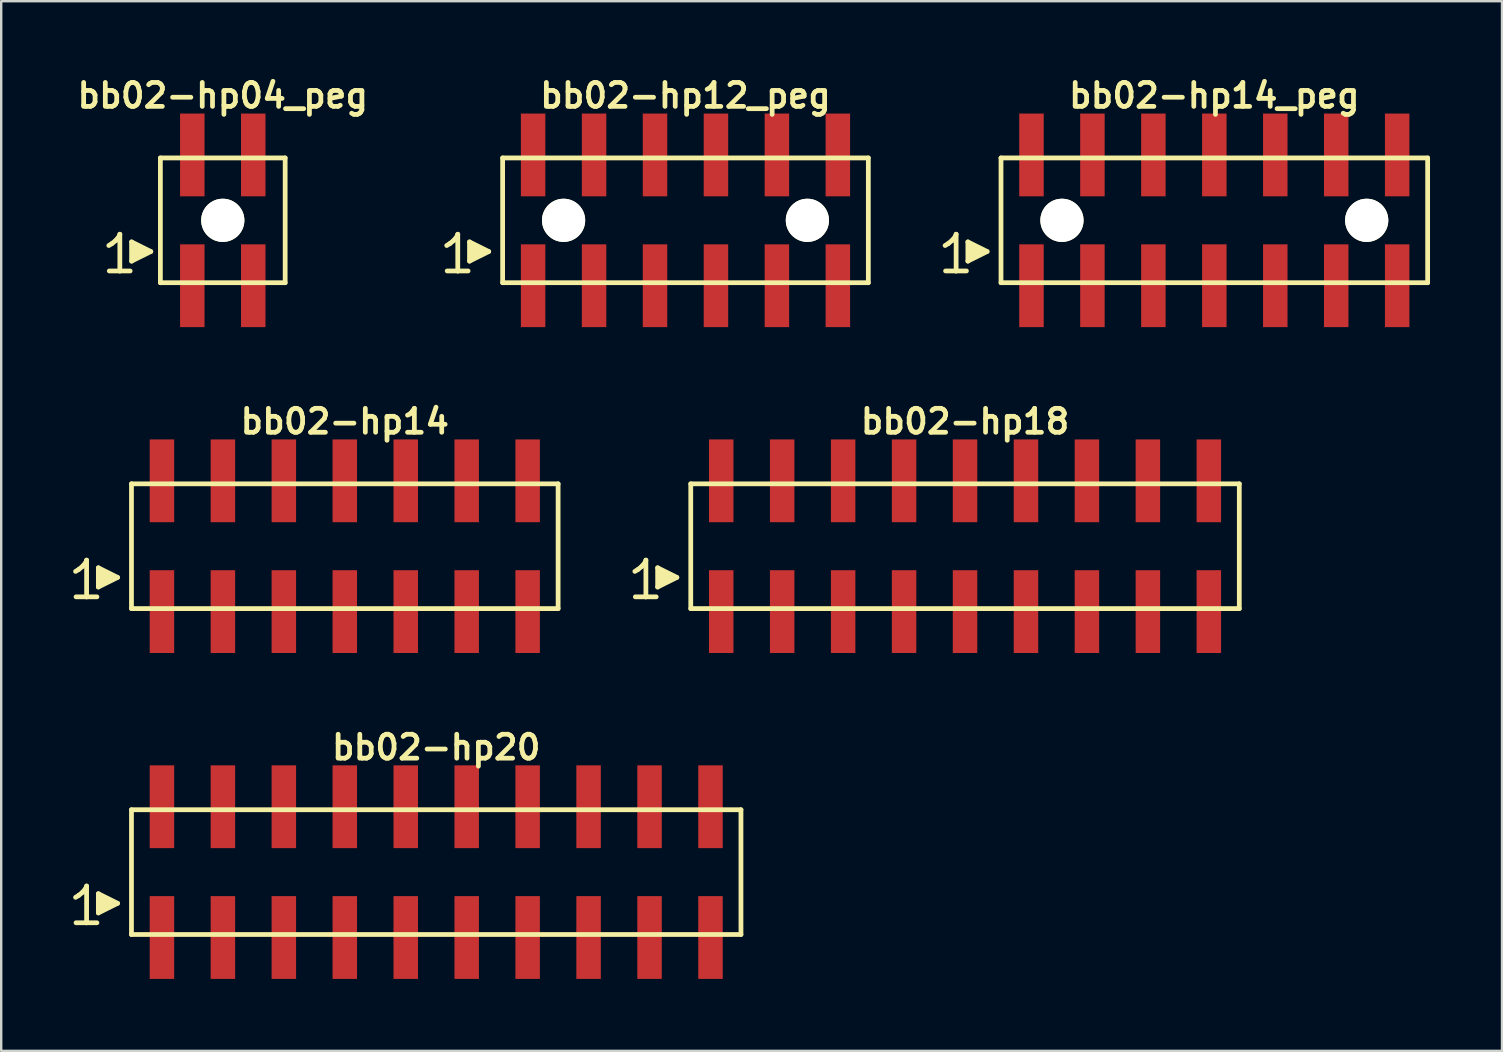
<source format=kicad_pcb>
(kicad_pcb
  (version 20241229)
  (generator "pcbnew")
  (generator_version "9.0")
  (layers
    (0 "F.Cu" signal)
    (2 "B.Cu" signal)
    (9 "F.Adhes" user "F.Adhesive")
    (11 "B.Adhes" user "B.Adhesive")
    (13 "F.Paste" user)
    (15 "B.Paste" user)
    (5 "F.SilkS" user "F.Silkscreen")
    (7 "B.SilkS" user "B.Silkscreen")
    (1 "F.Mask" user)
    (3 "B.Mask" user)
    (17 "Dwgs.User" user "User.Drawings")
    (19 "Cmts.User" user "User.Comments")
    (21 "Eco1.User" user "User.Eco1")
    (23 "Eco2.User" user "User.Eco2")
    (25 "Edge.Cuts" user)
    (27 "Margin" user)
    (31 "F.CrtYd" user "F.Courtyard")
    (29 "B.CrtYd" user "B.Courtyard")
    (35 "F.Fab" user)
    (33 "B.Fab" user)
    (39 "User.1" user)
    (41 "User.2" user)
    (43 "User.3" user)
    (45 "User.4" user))
  (footprint "bb02-hp18"
    (layer "F.Cu")
    (at 37.167 19.713)
    (property "Reference" "bb02-hp18" (at 0 -5.2 0) (layer "F.SilkS") (effects (font (size 0.998 0.998) (thickness 0.198))))
    (attr through_hole)
    (fp_line (start -13.76 1.05) (end -13.63 0.97) (stroke (width 0.198) (type solid)) (layer "F.SilkS"))
    (fp_line (start -13.63 0.97) (end -13.47 0.84) (stroke (width 0.198) (type solid)) (layer "F.SilkS"))
    (fp_line (start -13.47 0.84) (end -13.33 0.67) (stroke (width 0.198) (type solid)) (layer "F.SilkS"))
    (fp_line (start -13.33 0.67) (end -13.3 0.58) (stroke (width 0.198) (type solid)) (layer "F.SilkS"))
    (fp_line (start -13.3 0.58) (end -13.3 2.11) (stroke (width 0.198) (type solid)) (layer "F.SilkS"))
    (fp_line (start -13.3 2.11) (end -13.74 2.11) (stroke (width 0.198) (type solid)) (layer "F.SilkS"))
    (fp_line (start -12.87 2.11) (end -13.31 2.11) (stroke (width 0.198) (type solid)) (layer "F.SilkS"))
    (fp_line (start -12.81 0.9) (end -12.01 1.3) (stroke (width 0.198) (type solid)) (layer "F.SilkS"))
    (fp_line (start -12.81 1.7) (end -12.81 0.9) (stroke (width 0.198) (type solid)) (layer "F.SilkS"))
    (fp_line (start -12.71 1.6) (end -12.71 1) (stroke (width 0.198) (type solid)) (layer "F.SilkS"))
    (fp_line (start -12.61 1.1) (end -12.61 1.5) (stroke (width 0.198) (type solid)) (layer "F.SilkS"))
    (fp_line (start -12.51 1.5) (end -12.51 1.1) (stroke (width 0.198) (type solid)) (layer "F.SilkS"))
    (fp_line (start -12.41 1.2) (end -12.41 1.4) (stroke (width 0.198) (type solid)) (layer "F.SilkS"))
    (fp_line (start -12.31 1.4) (end -12.31 1.2) (stroke (width 0.198) (type solid)) (layer "F.SilkS"))
    (fp_line (start -12.01 1.3) (end -12.81 1.7) (stroke (width 0.198) (type solid)) (layer "F.SilkS"))
    (fp_line (start -11.43 -2.6) (end -11.43 2.6) (stroke (width 0.198) (type solid)) (layer "F.SilkS"))
    (fp_line (start -11.43 -2.6) (end 11.43 -2.6) (stroke (width 0.198) (type solid)) (layer "F.SilkS"))
    (fp_line (start 11.43 2.6) (end -11.43 2.6) (stroke (width 0.198) (type solid)) (layer "F.SilkS"))
    (fp_line (start 11.43 2.6) (end 11.43 -2.6) (stroke (width 0.198) (type solid)) (layer "F.SilkS"))
    (pad "1" smd rect (at -10.16 2.725) (size 1.02 3.45) (layers "F.Cu" "F.Mask" "F.Paste"))
    (pad "2" smd rect (at -10.16 -2.725) (size 1.02 3.45) (layers "F.Cu" "F.Mask" "F.Paste"))
    (pad "3" smd rect (at -7.62 2.725) (size 1.02 3.45) (layers "F.Cu" "F.Mask" "F.Paste"))
    (pad "4" smd rect (at -7.62 -2.725) (size 1.02 3.45) (layers "F.Cu" "F.Mask" "F.Paste"))
    (pad "5" smd rect (at -5.08 2.725) (size 1.02 3.45) (layers "F.Cu" "F.Mask" "F.Paste"))
    (pad "6" smd rect (at -5.08 -2.725) (size 1.02 3.45) (layers "F.Cu" "F.Mask" "F.Paste"))
    (pad "7" smd rect (at -2.54 2.725) (size 1.02 3.45) (layers "F.Cu" "F.Mask" "F.Paste"))
    (pad "8" smd rect (at -2.54 -2.725) (size 1.02 3.45) (layers "F.Cu" "F.Mask" "F.Paste"))
    (pad "9" smd rect (at 0 2.725) (size 1.02 3.45) (layers "F.Cu" "F.Mask" "F.Paste"))
    (pad "10" smd rect (at 0 -2.725) (size 1.02 3.45) (layers "F.Cu" "F.Mask" "F.Paste"))
    (pad "11" smd rect (at 2.54 2.725) (size 1.02 3.45) (layers "F.Cu" "F.Mask" "F.Paste"))
    (pad "12" smd rect (at 2.54 -2.725) (size 1.02 3.45) (layers "F.Cu" "F.Mask" "F.Paste"))
    (pad "13" smd rect (at 5.08 2.725) (size 1.02 3.45) (layers "F.Cu" "F.Mask" "F.Paste"))
    (pad "14" smd rect (at 5.08 -2.725) (size 1.02 3.45) (layers "F.Cu" "F.Mask" "F.Paste"))
    (pad "15" smd rect (at 7.62 2.725) (size 1.02 3.45) (layers "F.Cu" "F.Mask" "F.Paste"))
    (pad "16" smd rect (at 7.62 -2.725) (size 1.02 3.45) (layers "F.Cu" "F.Mask" "F.Paste"))
    (pad "17" smd rect (at 10.16 2.725) (size 1.02 3.45) (layers "F.Cu" "F.Mask" "F.Paste"))
    (pad "18" smd rect (at 10.16 -2.725) (size 1.02 3.45) (layers "F.Cu" "F.Mask" "F.Paste")))
  (footprint "bb02-hp12_peg"
    (layer "F.Cu")
    (at 25.517 6.132)
    (property "Reference" "bb02-hp12_peg" (at 0 -5.2 0) (layer "F.SilkS") (effects (font (size 0.998 0.998) (thickness 0.198))))
    (attr through_hole)
    (fp_line (start -9.95 1.05) (end -9.82 0.97) (stroke (width 0.198) (type solid)) (layer "F.SilkS"))
    (fp_line (start -9.82 0.97) (end -9.66 0.84) (stroke (width 0.198) (type solid)) (layer "F.SilkS"))
    (fp_line (start -9.66 0.84) (end -9.52 0.67) (stroke (width 0.198) (type solid)) (layer "F.SilkS"))
    (fp_line (start -9.52 0.67) (end -9.49 0.58) (stroke (width 0.198) (type solid)) (layer "F.SilkS"))
    (fp_line (start -9.49 0.58) (end -9.49 2.11) (stroke (width 0.198) (type solid)) (layer "F.SilkS"))
    (fp_line (start -9.49 2.11) (end -9.93 2.11) (stroke (width 0.198) (type solid)) (layer "F.SilkS"))
    (fp_line (start -9.06 2.11) (end -9.5 2.11) (stroke (width 0.198) (type solid)) (layer "F.SilkS"))
    (fp_line (start -9 0.9) (end -8.2 1.3) (stroke (width 0.198) (type solid)) (layer "F.SilkS"))
    (fp_line (start -9 1.7) (end -9 0.9) (stroke (width 0.198) (type solid)) (layer "F.SilkS"))
    (fp_line (start -8.9 1.6) (end -8.9 1) (stroke (width 0.198) (type solid)) (layer "F.SilkS"))
    (fp_line (start -8.8 1.1) (end -8.8 1.5) (stroke (width 0.198) (type solid)) (layer "F.SilkS"))
    (fp_line (start -8.7 1.5) (end -8.7 1.1) (stroke (width 0.198) (type solid)) (layer "F.SilkS"))
    (fp_line (start -8.6 1.2) (end -8.6 1.4) (stroke (width 0.198) (type solid)) (layer "F.SilkS"))
    (fp_line (start -8.5 1.4) (end -8.5 1.2) (stroke (width 0.198) (type solid)) (layer "F.SilkS"))
    (fp_line (start -8.2 1.3) (end -9 1.7) (stroke (width 0.198) (type solid)) (layer "F.SilkS"))
    (fp_line (start -7.62 -2.6) (end -7.62 2.6) (stroke (width 0.198) (type solid)) (layer "F.SilkS"))
    (fp_line (start -7.62 -2.6) (end 7.62 -2.6) (stroke (width 0.198) (type solid)) (layer "F.SilkS"))
    (fp_line (start 7.62 2.6) (end -7.62 2.6) (stroke (width 0.198) (type solid)) (layer "F.SilkS"))
    (fp_line (start 7.62 2.6) (end 7.62 -2.6) (stroke (width 0.198) (type solid)) (layer "F.SilkS"))
    (pad "" np_thru_hole circle (at -5.08 0) (size 1.8 1.8) (drill 1.8) (layers "*.Cu" "*.Mask" "F.SilkS"))
    (pad "" np_thru_hole circle (at 5.08 0) (size 1.8 1.8) (drill 1.8) (layers "*.Cu" "*.Mask" "F.SilkS"))
    (pad "1" smd rect (at -6.35 2.725) (size 1.02 3.45) (layers "F.Cu" "F.Mask" "F.Paste"))
    (pad "2" smd rect (at -6.35 -2.725) (size 1.02 3.45) (layers "F.Cu" "F.Mask" "F.Paste"))
    (pad "3" smd rect (at -3.81 2.725) (size 1.02 3.45) (layers "F.Cu" "F.Mask" "F.Paste"))
    (pad "4" smd rect (at -3.81 -2.725) (size 1.02 3.45) (layers "F.Cu" "F.Mask" "F.Paste"))
    (pad "5" smd rect (at -1.27 2.725) (size 1.02 3.45) (layers "F.Cu" "F.Mask" "F.Paste"))
    (pad "6" smd rect (at -1.27 -2.725) (size 1.02 3.45) (layers "F.Cu" "F.Mask" "F.Paste"))
    (pad "7" smd rect (at 1.27 2.725) (size 1.02 3.45) (layers "F.Cu" "F.Mask" "F.Paste"))
    (pad "8" smd rect (at 1.27 -2.725) (size 1.02 3.45) (layers "F.Cu" "F.Mask" "F.Paste"))
    (pad "9" smd rect (at 3.81 2.725) (size 1.02 3.45) (layers "F.Cu" "F.Mask" "F.Paste"))
    (pad "10" smd rect (at 3.81 -2.725) (size 1.02 3.45) (layers "F.Cu" "F.Mask" "F.Paste"))
    (pad "11" smd rect (at 6.35 2.725) (size 1.02 3.45) (layers "F.Cu" "F.Mask" "F.Paste"))
    (pad "12" smd rect (at 6.35 -2.725) (size 1.02 3.45) (layers "F.Cu" "F.Mask" "F.Paste")))
  (footprint "bb02-hp20"
    (layer "F.Cu")
    (at 15.129 33.295)
    (property "Reference" "bb02-hp20" (at 0 -5.2 0) (layer "F.SilkS") (effects (font (size 0.998 0.998) (thickness 0.198))))
    (attr through_hole)
    (fp_line (start -15.03 1.05) (end -14.9 0.97) (stroke (width 0.198) (type solid)) (layer "F.SilkS"))
    (fp_line (start -14.9 0.97) (end -14.74 0.84) (stroke (width 0.198) (type solid)) (layer "F.SilkS"))
    (fp_line (start -14.74 0.84) (end -14.6 0.67) (stroke (width 0.198) (type solid)) (layer "F.SilkS"))
    (fp_line (start -14.6 0.67) (end -14.57 0.58) (stroke (width 0.198) (type solid)) (layer "F.SilkS"))
    (fp_line (start -14.57 0.58) (end -14.57 2.11) (stroke (width 0.198) (type solid)) (layer "F.SilkS"))
    (fp_line (start -14.57 2.11) (end -15.01 2.11) (stroke (width 0.198) (type solid)) (layer "F.SilkS"))
    (fp_line (start -14.14 2.11) (end -14.58 2.11) (stroke (width 0.198) (type solid)) (layer "F.SilkS"))
    (fp_line (start -14.08 0.9) (end -13.28 1.3) (stroke (width 0.198) (type solid)) (layer "F.SilkS"))
    (fp_line (start -14.08 1.7) (end -14.08 0.9) (stroke (width 0.198) (type solid)) (layer "F.SilkS"))
    (fp_line (start -13.98 1.6) (end -13.98 1) (stroke (width 0.198) (type solid)) (layer "F.SilkS"))
    (fp_line (start -13.88 1.1) (end -13.88 1.5) (stroke (width 0.198) (type solid)) (layer "F.SilkS"))
    (fp_line (start -13.78 1.5) (end -13.78 1.1) (stroke (width 0.198) (type solid)) (layer "F.SilkS"))
    (fp_line (start -13.68 1.2) (end -13.68 1.4) (stroke (width 0.198) (type solid)) (layer "F.SilkS"))
    (fp_line (start -13.58 1.4) (end -13.58 1.2) (stroke (width 0.198) (type solid)) (layer "F.SilkS"))
    (fp_line (start -13.28 1.3) (end -14.08 1.7) (stroke (width 0.198) (type solid)) (layer "F.SilkS"))
    (fp_line (start -12.7 -2.6) (end -12.7 2.6) (stroke (width 0.198) (type solid)) (layer "F.SilkS"))
    (fp_line (start -12.7 -2.6) (end 12.7 -2.6) (stroke (width 0.198) (type solid)) (layer "F.SilkS"))
    (fp_line (start 12.7 2.6) (end -12.7 2.6) (stroke (width 0.198) (type solid)) (layer "F.SilkS"))
    (fp_line (start 12.7 2.6) (end 12.7 -2.6) (stroke (width 0.198) (type solid)) (layer "F.SilkS"))
    (pad "1" smd rect (at -11.43 2.725) (size 1.02 3.45) (layers "F.Cu" "F.Mask" "F.Paste"))
    (pad "2" smd rect (at -11.43 -2.725) (size 1.02 3.45) (layers "F.Cu" "F.Mask" "F.Paste"))
    (pad "3" smd rect (at -8.89 2.725) (size 1.02 3.45) (layers "F.Cu" "F.Mask" "F.Paste"))
    (pad "4" smd rect (at -8.89 -2.725) (size 1.02 3.45) (layers "F.Cu" "F.Mask" "F.Paste"))
    (pad "5" smd rect (at -6.35 2.725) (size 1.02 3.45) (layers "F.Cu" "F.Mask" "F.Paste"))
    (pad "6" smd rect (at -6.35 -2.725) (size 1.02 3.45) (layers "F.Cu" "F.Mask" "F.Paste"))
    (pad "7" smd rect (at -3.81 2.725) (size 1.02 3.45) (layers "F.Cu" "F.Mask" "F.Paste"))
    (pad "8" smd rect (at -3.81 -2.725) (size 1.02 3.45) (layers "F.Cu" "F.Mask" "F.Paste"))
    (pad "9" smd rect (at -1.27 2.725) (size 1.02 3.45) (layers "F.Cu" "F.Mask" "F.Paste"))
    (pad "10" smd rect (at -1.27 -2.725) (size 1.02 3.45) (layers "F.Cu" "F.Mask" "F.Paste"))
    (pad "11" smd rect (at 1.27 2.725) (size 1.02 3.45) (layers "F.Cu" "F.Mask" "F.Paste"))
    (pad "12" smd rect (at 1.27 -2.725) (size 1.02 3.45) (layers "F.Cu" "F.Mask" "F.Paste"))
    (pad "13" smd rect (at 3.81 2.725) (size 1.02 3.45) (layers "F.Cu" "F.Mask" "F.Paste"))
    (pad "14" smd rect (at 3.81 -2.725) (size 1.02 3.45) (layers "F.Cu" "F.Mask" "F.Paste"))
    (pad "15" smd rect (at 6.35 2.725) (size 1.02 3.45) (layers "F.Cu" "F.Mask" "F.Paste"))
    (pad "16" smd rect (at 6.35 -2.725) (size 1.02 3.45) (layers "F.Cu" "F.Mask" "F.Paste"))
    (pad "17" smd rect (at 8.89 2.725) (size 1.02 3.45) (layers "F.Cu" "F.Mask" "F.Paste"))
    (pad "18" smd rect (at 8.89 -2.725) (size 1.02 3.45) (layers "F.Cu" "F.Mask" "F.Paste"))
    (pad "19" smd rect (at 11.43 2.725) (size 1.02 3.45) (layers "F.Cu" "F.Mask" "F.Paste"))
    (pad "20" smd rect (at 11.43 -2.725) (size 1.02 3.45) (layers "F.Cu" "F.Mask" "F.Paste")))
  (footprint "bb02-hp04_peg"
    (layer "F.Cu")
    (at 6.234 6.132)
    (property "Reference" "bb02-hp04_peg" (at 0 -5.2 0) (layer "F.SilkS") (effects (font (size 0.998 0.998) (thickness 0.198))))
    (attr through_hole)
    (fp_line (start -4.75 1.05) (end -4.62 0.97) (stroke (width 0.198) (type solid)) (layer "F.SilkS"))
    (fp_line (start -4.62 0.97) (end -4.46 0.84) (stroke (width 0.198) (type solid)) (layer "F.SilkS"))
    (fp_line (start -4.46 0.84) (end -4.32 0.67) (stroke (width 0.198) (type solid)) (layer "F.SilkS"))
    (fp_line (start -4.32 0.67) (end -4.29 0.58) (stroke (width 0.198) (type solid)) (layer "F.SilkS"))
    (fp_line (start -4.29 0.58) (end -4.29 2.11) (stroke (width 0.198) (type solid)) (layer "F.SilkS"))
    (fp_line (start -4.29 2.11) (end -4.73 2.11) (stroke (width 0.198) (type solid)) (layer "F.SilkS"))
    (fp_line (start -3.86 2.11) (end -4.3 2.11) (stroke (width 0.198) (type solid)) (layer "F.SilkS"))
    (fp_line (start -3.8 0.9) (end -3 1.3) (stroke (width 0.198) (type solid)) (layer "F.SilkS"))
    (fp_line (start -3.8 1.7) (end -3.8 0.9) (stroke (width 0.198) (type solid)) (layer "F.SilkS"))
    (fp_line (start -3.7 1.6) (end -3.7 1) (stroke (width 0.198) (type solid)) (layer "F.SilkS"))
    (fp_line (start -3.6 1.1) (end -3.6 1.5) (stroke (width 0.198) (type solid)) (layer "F.SilkS"))
    (fp_line (start -3.5 1.5) (end -3.5 1.1) (stroke (width 0.198) (type solid)) (layer "F.SilkS"))
    (fp_line (start -3.4 1.2) (end -3.4 1.4) (stroke (width 0.198) (type solid)) (layer "F.SilkS"))
    (fp_line (start -3.3 1.4) (end -3.3 1.2) (stroke (width 0.198) (type solid)) (layer "F.SilkS"))
    (fp_line (start -3 1.3) (end -3.8 1.7) (stroke (width 0.198) (type solid)) (layer "F.SilkS"))
    (fp_line (start -2.6 -2.6) (end -2.6 2.6) (stroke (width 0.198) (type solid)) (layer "F.SilkS"))
    (fp_line (start -2.6 2.6) (end 2.6 2.6) (stroke (width 0.198) (type solid)) (layer "F.SilkS"))
    (fp_line (start 2.6 -2.6) (end -2.6 -2.6) (stroke (width 0.198) (type solid)) (layer "F.SilkS"))
    (fp_line (start 2.6 2.6) (end 2.6 -2.6) (stroke (width 0.198) (type solid)) (layer "F.SilkS"))
    (pad "" np_thru_hole circle (at 0 0) (size 1.8 1.8) (drill 1.8) (layers "*.Cu" "*.Mask" "F.SilkS"))
    (pad "1" smd rect (at -1.27 2.725) (size 1.02 3.45) (layers "F.Cu" "F.Mask" "F.Paste"))
    (pad "2" smd rect (at -1.27 -2.725) (size 1.02 3.45) (layers "F.Cu" "F.Mask" "F.Paste"))
    (pad "3" smd rect (at 1.27 2.725) (size 1.02 3.45) (layers "F.Cu" "F.Mask" "F.Paste"))
    (pad "4" smd rect (at 1.27 -2.725) (size 1.02 3.45) (layers "F.Cu" "F.Mask" "F.Paste")))
  (footprint "bb02-hp14_peg"
    (layer "F.Cu")
    (at 47.556 6.132)
    (property "Reference" "bb02-hp14_peg" (at 0 -5.2 0) (layer "F.SilkS") (effects (font (size 0.998 0.998) (thickness 0.198))))
    (attr through_hole)
    (fp_line (start -11.22 1.05) (end -11.09 0.97) (stroke (width 0.198) (type solid)) (layer "F.SilkS"))
    (fp_line (start -11.09 0.97) (end -10.93 0.84) (stroke (width 0.198) (type solid)) (layer "F.SilkS"))
    (fp_line (start -10.93 0.84) (end -10.79 0.67) (stroke (width 0.198) (type solid)) (layer "F.SilkS"))
    (fp_line (start -10.79 0.67) (end -10.76 0.58) (stroke (width 0.198) (type solid)) (layer "F.SilkS"))
    (fp_line (start -10.76 0.58) (end -10.76 2.11) (stroke (width 0.198) (type solid)) (layer "F.SilkS"))
    (fp_line (start -10.76 2.11) (end -11.2 2.11) (stroke (width 0.198) (type solid)) (layer "F.SilkS"))
    (fp_line (start -10.33 2.11) (end -10.77 2.11) (stroke (width 0.198) (type solid)) (layer "F.SilkS"))
    (fp_line (start -10.27 0.9) (end -9.47 1.3) (stroke (width 0.198) (type solid)) (layer "F.SilkS"))
    (fp_line (start -10.27 1.7) (end -10.27 0.9) (stroke (width 0.198) (type solid)) (layer "F.SilkS"))
    (fp_line (start -10.17 1.6) (end -10.17 1) (stroke (width 0.198) (type solid)) (layer "F.SilkS"))
    (fp_line (start -10.07 1.1) (end -10.07 1.5) (stroke (width 0.198) (type solid)) (layer "F.SilkS"))
    (fp_line (start -9.97 1.5) (end -9.97 1.1) (stroke (width 0.198) (type solid)) (layer "F.SilkS"))
    (fp_line (start -9.87 1.2) (end -9.87 1.4) (stroke (width 0.198) (type solid)) (layer "F.SilkS"))
    (fp_line (start -9.77 1.4) (end -9.77 1.2) (stroke (width 0.198) (type solid)) (layer "F.SilkS"))
    (fp_line (start -9.47 1.3) (end -10.27 1.7) (stroke (width 0.198) (type solid)) (layer "F.SilkS"))
    (fp_line (start -8.89 -2.6) (end -8.89 2.6) (stroke (width 0.198) (type solid)) (layer "F.SilkS"))
    (fp_line (start -8.89 -2.6) (end 8.89 -2.6) (stroke (width 0.198) (type solid)) (layer "F.SilkS"))
    (fp_line (start 8.89 2.6) (end -8.89 2.6) (stroke (width 0.198) (type solid)) (layer "F.SilkS"))
    (fp_line (start 8.89 2.6) (end 8.89 -2.6) (stroke (width 0.198) (type solid)) (layer "F.SilkS"))
    (pad "" np_thru_hole circle (at -6.35 0) (size 1.8 1.8) (drill 1.8) (layers "*.Cu" "*.Mask" "F.SilkS"))
    (pad "" np_thru_hole circle (at 6.35 0) (size 1.8 1.8) (drill 1.8) (layers "*.Cu" "*.Mask" "F.SilkS"))
    (pad "1" smd rect (at -7.62 2.725) (size 1.02 3.45) (layers "F.Cu" "F.Mask" "F.Paste"))
    (pad "2" smd rect (at -7.62 -2.725) (size 1.02 3.45) (layers "F.Cu" "F.Mask" "F.Paste"))
    (pad "3" smd rect (at -5.08 2.725) (size 1.02 3.45) (layers "F.Cu" "F.Mask" "F.Paste"))
    (pad "4" smd rect (at -5.08 -2.725) (size 1.02 3.45) (layers "F.Cu" "F.Mask" "F.Paste"))
    (pad "5" smd rect (at -2.54 2.725) (size 1.02 3.45) (layers "F.Cu" "F.Mask" "F.Paste"))
    (pad "6" smd rect (at -2.54 -2.725) (size 1.02 3.45) (layers "F.Cu" "F.Mask" "F.Paste"))
    (pad "7" smd rect (at 0 2.725) (size 1.02 3.45) (layers "F.Cu" "F.Mask" "F.Paste"))
    (pad "8" smd rect (at 0 -2.725) (size 1.02 3.45) (layers "F.Cu" "F.Mask" "F.Paste"))
    (pad "9" smd rect (at 2.54 2.725) (size 1.02 3.45) (layers "F.Cu" "F.Mask" "F.Paste"))
    (pad "10" smd rect (at 2.54 -2.725) (size 1.02 3.45) (layers "F.Cu" "F.Mask" "F.Paste"))
    (pad "11" smd rect (at 5.08 2.725) (size 1.02 3.45) (layers "F.Cu" "F.Mask" "F.Paste"))
    (pad "12" smd rect (at 5.08 -2.725) (size 1.02 3.45) (layers "F.Cu" "F.Mask" "F.Paste"))
    (pad "13" smd rect (at 7.62 2.725) (size 1.02 3.45) (layers "F.Cu" "F.Mask" "F.Paste"))
    (pad "14" smd rect (at 7.62 -2.725) (size 1.02 3.45) (layers "F.Cu" "F.Mask" "F.Paste")))
  (footprint "bb02-hp14"
    (layer "F.Cu")
    (at 11.319 19.713)
    (property "Reference" "bb02-hp14" (at 0 -5.2 0) (layer "F.SilkS") (effects (font (size 0.998 0.998) (thickness 0.198))))
    (attr through_hole)
    (fp_line (start -11.22 1.05) (end -11.09 0.97) (stroke (width 0.198) (type solid)) (layer "F.SilkS"))
    (fp_line (start -11.09 0.97) (end -10.93 0.84) (stroke (width 0.198) (type solid)) (layer "F.SilkS"))
    (fp_line (start -10.93 0.84) (end -10.79 0.67) (stroke (width 0.198) (type solid)) (layer "F.SilkS"))
    (fp_line (start -10.79 0.67) (end -10.76 0.58) (stroke (width 0.198) (type solid)) (layer "F.SilkS"))
    (fp_line (start -10.76 0.58) (end -10.76 2.11) (stroke (width 0.198) (type solid)) (layer "F.SilkS"))
    (fp_line (start -10.76 2.11) (end -11.2 2.11) (stroke (width 0.198) (type solid)) (layer "F.SilkS"))
    (fp_line (start -10.33 2.11) (end -10.77 2.11) (stroke (width 0.198) (type solid)) (layer "F.SilkS"))
    (fp_line (start -10.27 0.9) (end -9.47 1.3) (stroke (width 0.198) (type solid)) (layer "F.SilkS"))
    (fp_line (start -10.27 1.7) (end -10.27 0.9) (stroke (width 0.198) (type solid)) (layer "F.SilkS"))
    (fp_line (start -10.17 1.6) (end -10.17 1) (stroke (width 0.198) (type solid)) (layer "F.SilkS"))
    (fp_line (start -10.07 1.1) (end -10.07 1.5) (stroke (width 0.198) (type solid)) (layer "F.SilkS"))
    (fp_line (start -9.97 1.5) (end -9.97 1.1) (stroke (width 0.198) (type solid)) (layer "F.SilkS"))
    (fp_line (start -9.87 1.2) (end -9.87 1.4) (stroke (width 0.198) (type solid)) (layer "F.SilkS"))
    (fp_line (start -9.77 1.4) (end -9.77 1.2) (stroke (width 0.198) (type solid)) (layer "F.SilkS"))
    (fp_line (start -9.47 1.3) (end -10.27 1.7) (stroke (width 0.198) (type solid)) (layer "F.SilkS"))
    (fp_line (start -8.89 -2.6) (end -8.89 2.6) (stroke (width 0.198) (type solid)) (layer "F.SilkS"))
    (fp_line (start -8.89 -2.6) (end 8.89 -2.6) (stroke (width 0.198) (type solid)) (layer "F.SilkS"))
    (fp_line (start 8.89 2.6) (end -8.89 2.6) (stroke (width 0.198) (type solid)) (layer "F.SilkS"))
    (fp_line (start 8.89 2.6) (end 8.89 -2.6) (stroke (width 0.198) (type solid)) (layer "F.SilkS"))
    (pad "1" smd rect (at -7.62 2.725) (size 1.02 3.45) (layers "F.Cu" "F.Mask" "F.Paste"))
    (pad "2" smd rect (at -7.62 -2.725) (size 1.02 3.45) (layers "F.Cu" "F.Mask" "F.Paste"))
    (pad "3" smd rect (at -5.08 2.725) (size 1.02 3.45) (layers "F.Cu" "F.Mask" "F.Paste"))
    (pad "4" smd rect (at -5.08 -2.725) (size 1.02 3.45) (layers "F.Cu" "F.Mask" "F.Paste"))
    (pad "5" smd rect (at -2.54 2.725) (size 1.02 3.45) (layers "F.Cu" "F.Mask" "F.Paste"))
    (pad "6" smd rect (at -2.54 -2.725) (size 1.02 3.45) (layers "F.Cu" "F.Mask" "F.Paste"))
    (pad "7" smd rect (at 0 2.725) (size 1.02 3.45) (layers "F.Cu" "F.Mask" "F.Paste"))
    (pad "8" smd rect (at 0 -2.725) (size 1.02 3.45) (layers "F.Cu" "F.Mask" "F.Paste"))
    (pad "9" smd rect (at 2.54 2.725) (size 1.02 3.45) (layers "F.Cu" "F.Mask" "F.Paste"))
    (pad "10" smd rect (at 2.54 -2.725) (size 1.02 3.45) (layers "F.Cu" "F.Mask" "F.Paste"))
    (pad "11" smd rect (at 5.08 2.725) (size 1.02 3.45) (layers "F.Cu" "F.Mask" "F.Paste"))
    (pad "12" smd rect (at 5.08 -2.725) (size 1.02 3.45) (layers "F.Cu" "F.Mask" "F.Paste"))
    (pad "13" smd rect (at 7.62 2.725) (size 1.02 3.45) (layers "F.Cu" "F.Mask" "F.Paste"))
    (pad "14" smd rect (at 7.62 -2.725) (size 1.02 3.45) (layers "F.Cu" "F.Mask" "F.Paste")))
  (gr_rect
    (start -3 -3)
    (end 59.545 40.745)
    (stroke (width 0.1) (type default))
    (fill no)
    (layer "Edge.Cuts")))
</source>
